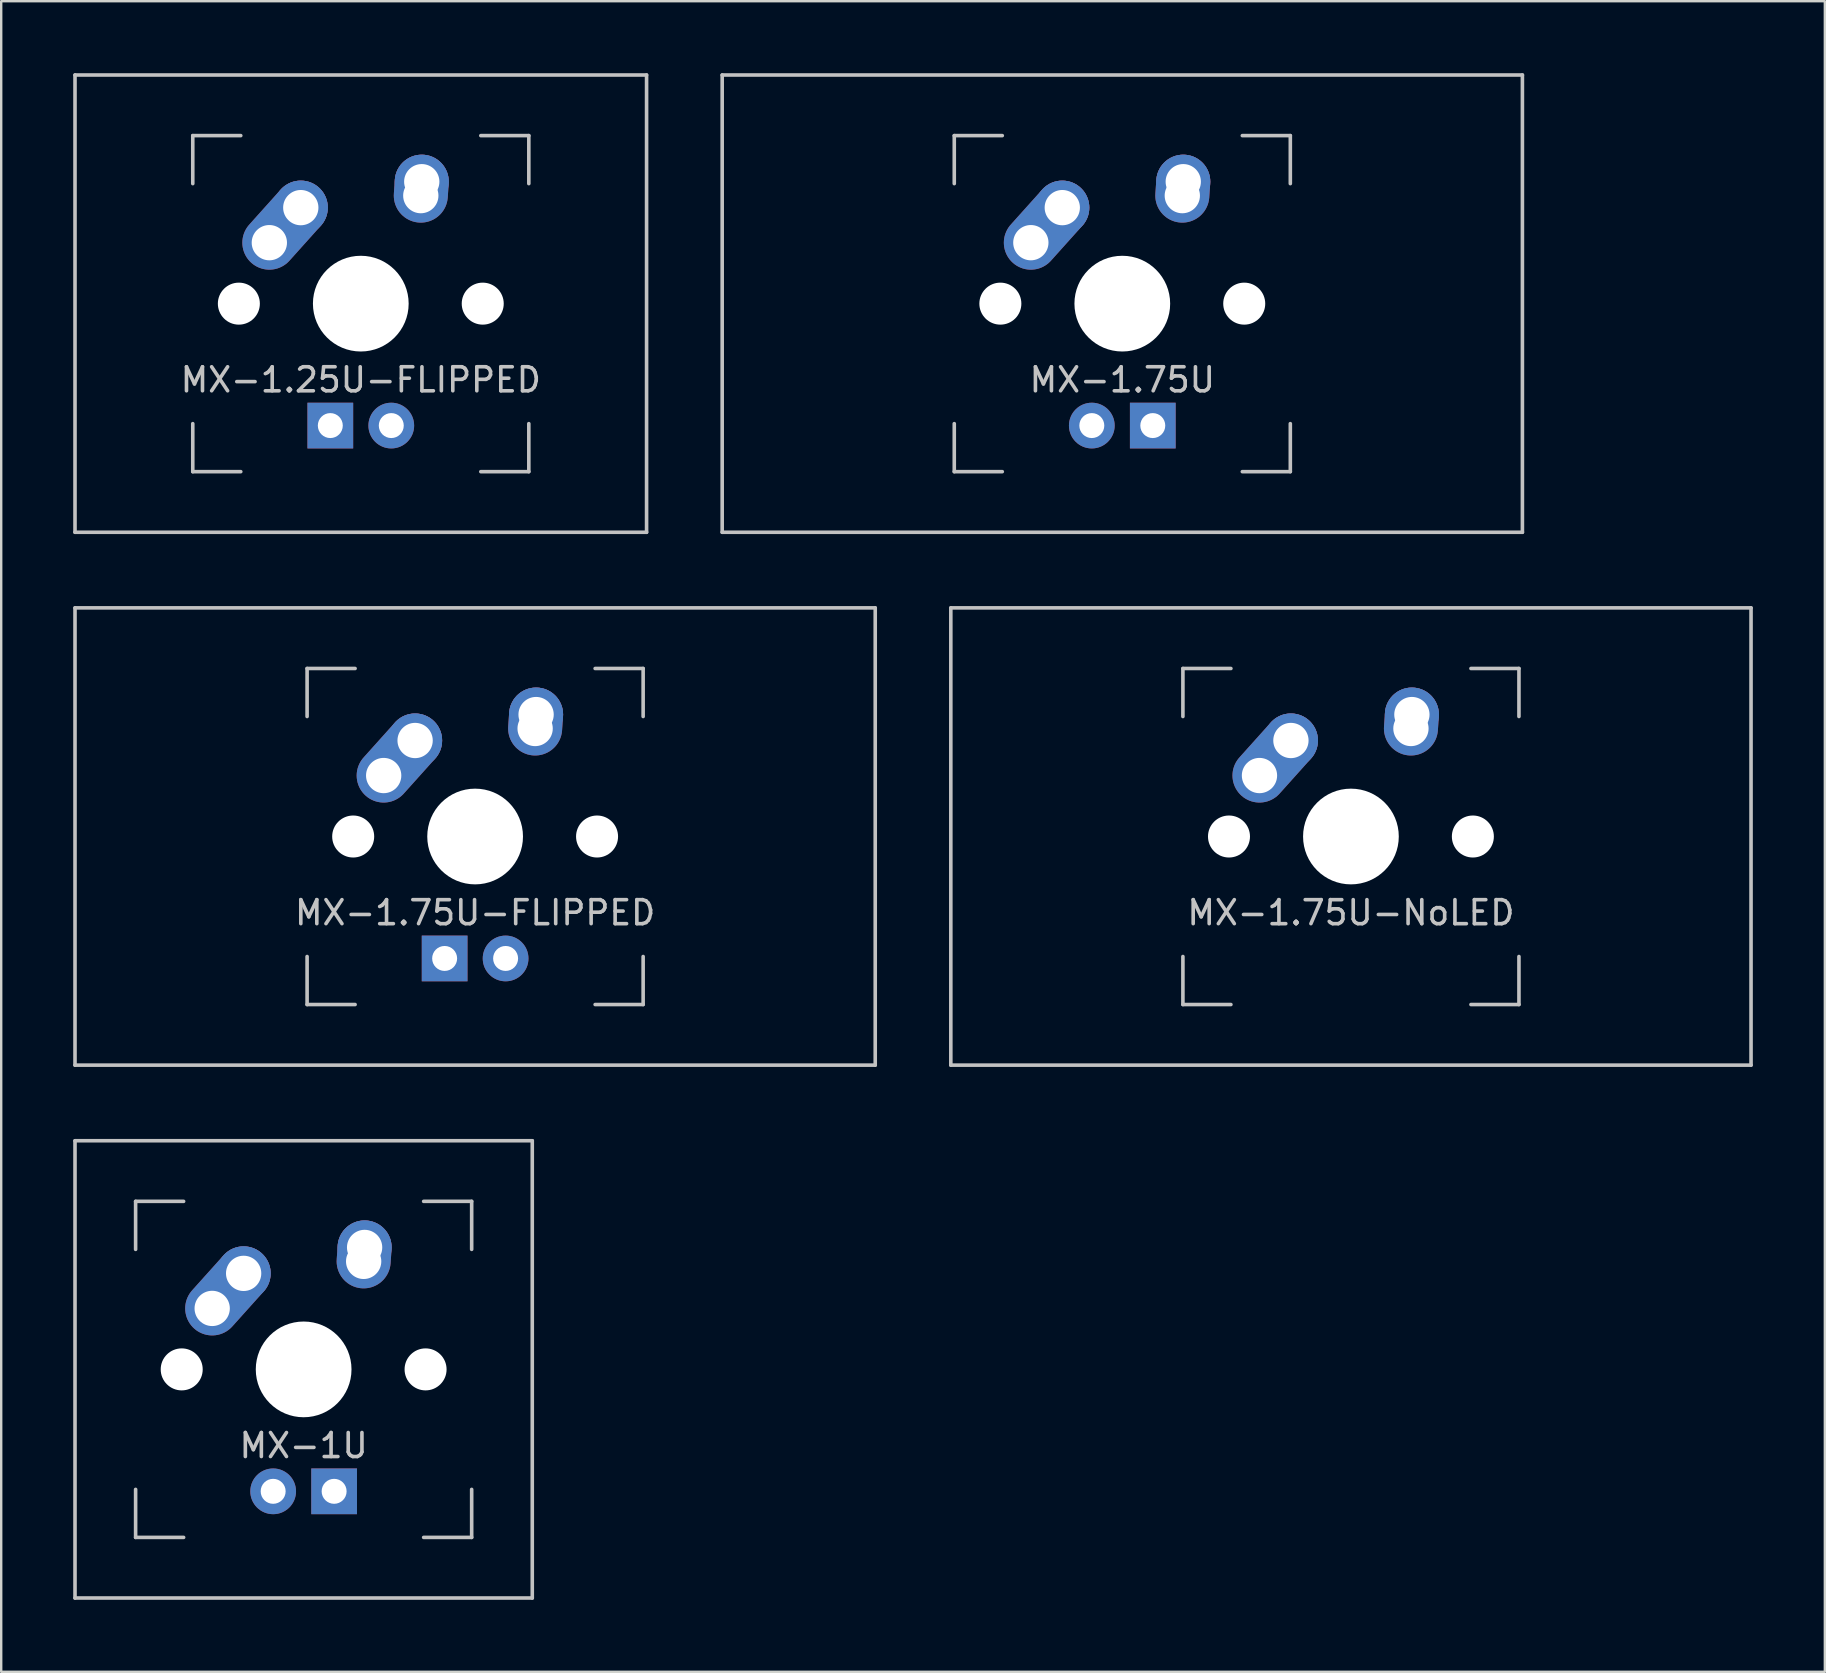
<source format=kicad_pcb>
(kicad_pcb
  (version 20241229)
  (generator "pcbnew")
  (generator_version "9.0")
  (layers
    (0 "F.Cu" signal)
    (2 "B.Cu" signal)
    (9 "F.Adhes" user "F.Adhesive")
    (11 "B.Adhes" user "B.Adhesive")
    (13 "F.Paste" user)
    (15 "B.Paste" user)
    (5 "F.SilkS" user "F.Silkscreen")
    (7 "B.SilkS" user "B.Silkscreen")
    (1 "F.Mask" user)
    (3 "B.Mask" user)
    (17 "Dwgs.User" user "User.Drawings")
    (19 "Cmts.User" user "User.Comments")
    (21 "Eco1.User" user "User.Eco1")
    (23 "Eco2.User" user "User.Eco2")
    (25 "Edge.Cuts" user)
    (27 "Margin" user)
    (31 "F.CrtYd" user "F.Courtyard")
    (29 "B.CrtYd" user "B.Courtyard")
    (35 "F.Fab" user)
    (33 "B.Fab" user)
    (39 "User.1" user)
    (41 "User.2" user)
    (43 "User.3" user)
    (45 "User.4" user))
  (footprint "MX-1U"
    (layer "F.Cu")
    (at 9.6 54)
    (property "Reference" "MX-1U" (at 0 3.175 0) (layer "Dwgs.User") (effects (font (size 1 1) (thickness 0.15))))
    (attr through_hole)
    (fp_line (start -9.525 -9.525) (end 9.525 -9.525) (stroke (width 0.15) (type solid)) (layer "Dwgs.User"))
    (fp_line (start -9.525 9.525) (end -9.525 -9.525) (stroke (width 0.15) (type solid)) (layer "Dwgs.User"))
    (fp_line (start -7 -7) (end -7 -5) (stroke (width 0.15) (type solid)) (layer "Dwgs.User"))
    (fp_line (start -7 5) (end -7 7) (stroke (width 0.15) (type solid)) (layer "Dwgs.User"))
    (fp_line (start -7 7) (end -5 7) (stroke (width 0.15) (type solid)) (layer "Dwgs.User"))
    (fp_line (start -5 -7) (end -7 -7) (stroke (width 0.15) (type solid)) (layer "Dwgs.User"))
    (fp_line (start 5 -7) (end 7 -7) (stroke (width 0.15) (type solid)) (layer "Dwgs.User"))
    (fp_line (start 5 7) (end 7 7) (stroke (width 0.15) (type solid)) (layer "Dwgs.User"))
    (fp_line (start 7 -7) (end 7 -5) (stroke (width 0.15) (type solid)) (layer "Dwgs.User"))
    (fp_line (start 7 7) (end 7 5) (stroke (width 0.15) (type solid)) (layer "Dwgs.User"))
    (fp_line (start 9.525 -9.525) (end 9.525 9.525) (stroke (width 0.15) (type solid)) (layer "Dwgs.User"))
    (fp_line (start 9.525 9.525) (end -9.525 9.525) (stroke (width 0.15) (type solid)) (layer "Dwgs.User"))
    (pad "" np_thru_hole circle (at -5.08 0 48.1) (size 1.75 1.75) (drill 1.75) (layers "*.Cu" "*.Mask"))
    (pad "" np_thru_hole circle (at 0 0) (size 3.988 3.988) (drill 3.988) (layers "*.Cu" "*.Mask"))
    (pad "" np_thru_hole circle (at 5.08 0 48.1) (size 1.75 1.75) (drill 1.75) (layers "*.Cu" "*.Mask"))
    (pad "1" thru_hole oval (at -3.81 -2.54 48.1) (size 4.212 2.25) (drill 1.47 (offset 0.981 0)) (layers "*.Cu" "B.Mask"))
    (pad "1" thru_hole circle (at -2.5 -4) (size 2.25 2.25) (drill 1.47) (layers "*.Cu" "B.Mask"))
    (pad "2" thru_hole oval (at 2.5 -4.5 86.055) (size 2.831 2.25) (drill 1.47 (offset 0.291 0)) (layers "*.Cu" "B.Mask"))
    (pad "2" thru_hole circle (at 2.54 -5.08) (size 2.25 2.25) (drill 1.47) (layers "*.Cu" "B.Mask"))
    (pad "3" thru_hole circle (at -1.27 5.08) (size 1.905 1.905) (drill 1.04) (layers "*.Cu" "B.Mask"))
    (pad "4" thru_hole rect (at 1.27 5.08) (size 1.905 1.905) (drill 1.04) (layers "*.Cu" "B.Mask")))
  (footprint "MX-1.75U-FLIPPED"
    (layer "F.Cu")
    (at 16.744 31.8)
    (property "Reference" "MX-1.75U-FLIPPED" (at 0 3.175 0) (layer "Dwgs.User") (effects (font (size 1 1) (thickness 0.15))))
    (attr through_hole)
    (fp_line (start -16.669 -9.525) (end 16.669 -9.525) (stroke (width 0.15) (type solid)) (layer "Dwgs.User"))
    (fp_line (start -16.669 9.525) (end -16.669 -9.525) (stroke (width 0.15) (type solid)) (layer "Dwgs.User"))
    (fp_line (start -7 -7) (end -7 -5) (stroke (width 0.15) (type solid)) (layer "Dwgs.User"))
    (fp_line (start -7 5) (end -7 7) (stroke (width 0.15) (type solid)) (layer "Dwgs.User"))
    (fp_line (start -7 7) (end -5 7) (stroke (width 0.15) (type solid)) (layer "Dwgs.User"))
    (fp_line (start -5 -7) (end -7 -7) (stroke (width 0.15) (type solid)) (layer "Dwgs.User"))
    (fp_line (start 5 -7) (end 7 -7) (stroke (width 0.15) (type solid)) (layer "Dwgs.User"))
    (fp_line (start 5 7) (end 7 7) (stroke (width 0.15) (type solid)) (layer "Dwgs.User"))
    (fp_line (start 7 -7) (end 7 -5) (stroke (width 0.15) (type solid)) (layer "Dwgs.User"))
    (fp_line (start 7 7) (end 7 5) (stroke (width 0.15) (type solid)) (layer "Dwgs.User"))
    (fp_line (start 16.669 -9.525) (end 16.669 9.525) (stroke (width 0.15) (type solid)) (layer "Dwgs.User"))
    (fp_line (start 16.669 9.525) (end -16.669 9.525) (stroke (width 0.15) (type solid)) (layer "Dwgs.User"))
    (pad "" np_thru_hole circle (at -5.08 0 48.1) (size 1.75 1.75) (drill 1.75) (layers "*.Cu" "*.Mask"))
    (pad "" np_thru_hole circle (at 0 0) (size 3.988 3.988) (drill 3.988) (layers "*.Cu" "*.Mask"))
    (pad "" np_thru_hole circle (at 5.08 0 48.1) (size 1.75 1.75) (drill 1.75) (layers "*.Cu" "*.Mask"))
    (pad "1" thru_hole oval (at -3.81 -2.54 48.1) (size 4.212 2.25) (drill 1.47 (offset 0.981 0)) (layers "*.Cu" "B.Mask"))
    (pad "1" thru_hole circle (at -2.5 -4) (size 2.25 2.25) (drill 1.47) (layers "*.Cu" "B.Mask"))
    (pad "2" thru_hole oval (at 2.5 -4.5 86.055) (size 2.831 2.25) (drill 1.47 (offset 0.291 0)) (layers "*.Cu" "B.Mask"))
    (pad "2" thru_hole circle (at 2.54 -5.08) (size 2.25 2.25) (drill 1.47) (layers "*.Cu" "B.Mask"))
    (pad "3" thru_hole circle (at 1.27 5.08) (size 1.905 1.905) (drill 1.04) (layers "*.Cu" "B.Mask"))
    (pad "4" thru_hole rect (at -1.27 5.08) (size 1.905 1.905) (drill 1.04) (layers "*.Cu" "B.Mask")))
  (footprint "MX-1.25U-FLIPPED"
    (layer "F.Cu")
    (at 11.981 9.6)
    (property "Reference" "MX-1.25U-FLIPPED" (at 0 3.175 0) (layer "Dwgs.User") (effects (font (size 1 1) (thickness 0.15))))
    (attr through_hole)
    (fp_line (start -11.906 -9.525) (end 11.906 -9.525) (stroke (width 0.15) (type solid)) (layer "Dwgs.User"))
    (fp_line (start -11.906 9.525) (end -11.906 -9.525) (stroke (width 0.15) (type solid)) (layer "Dwgs.User"))
    (fp_line (start -7 -7) (end -7 -5) (stroke (width 0.15) (type solid)) (layer "Dwgs.User"))
    (fp_line (start -7 5) (end -7 7) (stroke (width 0.15) (type solid)) (layer "Dwgs.User"))
    (fp_line (start -7 7) (end -5 7) (stroke (width 0.15) (type solid)) (layer "Dwgs.User"))
    (fp_line (start -5 -7) (end -7 -7) (stroke (width 0.15) (type solid)) (layer "Dwgs.User"))
    (fp_line (start 5 -7) (end 7 -7) (stroke (width 0.15) (type solid)) (layer "Dwgs.User"))
    (fp_line (start 5 7) (end 7 7) (stroke (width 0.15) (type solid)) (layer "Dwgs.User"))
    (fp_line (start 7 -7) (end 7 -5) (stroke (width 0.15) (type solid)) (layer "Dwgs.User"))
    (fp_line (start 7 7) (end 7 5) (stroke (width 0.15) (type solid)) (layer "Dwgs.User"))
    (fp_line (start 11.906 -9.525) (end 11.906 9.525) (stroke (width 0.15) (type solid)) (layer "Dwgs.User"))
    (fp_line (start 11.906 9.525) (end -11.906 9.525) (stroke (width 0.15) (type solid)) (layer "Dwgs.User"))
    (pad "" np_thru_hole circle (at -5.08 0 48.1) (size 1.75 1.75) (drill 1.75) (layers "*.Cu" "*.Mask"))
    (pad "" np_thru_hole circle (at 0 0) (size 3.988 3.988) (drill 3.988) (layers "*.Cu" "*.Mask"))
    (pad "" np_thru_hole circle (at 5.08 0 48.1) (size 1.75 1.75) (drill 1.75) (layers "*.Cu" "*.Mask"))
    (pad "1" thru_hole oval (at -3.81 -2.54 48.1) (size 4.212 2.25) (drill 1.47 (offset 0.981 0)) (layers "*.Cu" "B.Mask"))
    (pad "1" thru_hole circle (at -2.5 -4) (size 2.25 2.25) (drill 1.47) (layers "*.Cu" "B.Mask"))
    (pad "2" thru_hole oval (at 2.5 -4.5 86.055) (size 2.831 2.25) (drill 1.47 (offset 0.291 0)) (layers "*.Cu" "B.Mask"))
    (pad "2" thru_hole circle (at 2.54 -5.08) (size 2.25 2.25) (drill 1.47) (layers "*.Cu" "B.Mask"))
    (pad "3" thru_hole circle (at 1.27 5.08) (size 1.905 1.905) (drill 1.04) (layers "*.Cu" "B.Mask"))
    (pad "4" thru_hole rect (at -1.27 5.08) (size 1.905 1.905) (drill 1.04) (layers "*.Cu" "B.Mask")))
  (footprint "MX-1.75U-NoLED"
    (layer "F.Cu")
    (at 53.231 31.8)
    (property "Reference" "MX-1.75U-NoLED" (at 0 3.175 0) (layer "Dwgs.User") (effects (font (size 1 1) (thickness 0.15))))
    (attr through_hole)
    (fp_line (start -16.669 -9.525) (end 16.669 -9.525) (stroke (width 0.15) (type solid)) (layer "Dwgs.User"))
    (fp_line (start -16.669 9.525) (end -16.669 -9.525) (stroke (width 0.15) (type solid)) (layer "Dwgs.User"))
    (fp_line (start -7 -7) (end -7 -5) (stroke (width 0.15) (type solid)) (layer "Dwgs.User"))
    (fp_line (start -7 5) (end -7 7) (stroke (width 0.15) (type solid)) (layer "Dwgs.User"))
    (fp_line (start -7 7) (end -5 7) (stroke (width 0.15) (type solid)) (layer "Dwgs.User"))
    (fp_line (start -5 -7) (end -7 -7) (stroke (width 0.15) (type solid)) (layer "Dwgs.User"))
    (fp_line (start 5 -7) (end 7 -7) (stroke (width 0.15) (type solid)) (layer "Dwgs.User"))
    (fp_line (start 5 7) (end 7 7) (stroke (width 0.15) (type solid)) (layer "Dwgs.User"))
    (fp_line (start 7 -7) (end 7 -5) (stroke (width 0.15) (type solid)) (layer "Dwgs.User"))
    (fp_line (start 7 7) (end 7 5) (stroke (width 0.15) (type solid)) (layer "Dwgs.User"))
    (fp_line (start 16.669 -9.525) (end 16.669 9.525) (stroke (width 0.15) (type solid)) (layer "Dwgs.User"))
    (fp_line (start 16.669 9.525) (end -16.669 9.525) (stroke (width 0.15) (type solid)) (layer "Dwgs.User"))
    (pad "" np_thru_hole circle (at -5.08 0 48.1) (size 1.75 1.75) (drill 1.75) (layers "*.Cu" "*.Mask"))
    (pad "" np_thru_hole circle (at 0 0) (size 3.988 3.988) (drill 3.988) (layers "*.Cu" "*.Mask"))
    (pad "" np_thru_hole circle (at 5.08 0 48.1) (size 1.75 1.75) (drill 1.75) (layers "*.Cu" "*.Mask"))
    (pad "1" thru_hole oval (at -3.81 -2.54 48.1) (size 4.212 2.25) (drill 1.47 (offset 0.981 0)) (layers "*.Cu" "B.Mask"))
    (pad "1" thru_hole circle (at -2.5 -4) (size 2.25 2.25) (drill 1.47) (layers "*.Cu" "B.Mask"))
    (pad "2" thru_hole oval (at 2.5 -4.5 86.055) (size 2.831 2.25) (drill 1.47 (offset 0.291 0)) (layers "*.Cu" "B.Mask"))
    (pad "2" thru_hole circle (at 2.54 -5.08) (size 2.25 2.25) (drill 1.47) (layers "*.Cu" "B.Mask")))
  (footprint "MX-1.75U"
    (layer "F.Cu")
    (at 43.706 9.6)
    (property "Reference" "MX-1.75U" (at 0 3.175 0) (layer "Dwgs.User") (effects (font (size 1 1) (thickness 0.15))))
    (attr through_hole)
    (fp_line (start -16.669 -9.525) (end 16.669 -9.525) (stroke (width 0.15) (type solid)) (layer "Dwgs.User"))
    (fp_line (start -16.669 9.525) (end -16.669 -9.525) (stroke (width 0.15) (type solid)) (layer "Dwgs.User"))
    (fp_line (start -7 -7) (end -7 -5) (stroke (width 0.15) (type solid)) (layer "Dwgs.User"))
    (fp_line (start -7 5) (end -7 7) (stroke (width 0.15) (type solid)) (layer "Dwgs.User"))
    (fp_line (start -7 7) (end -5 7) (stroke (width 0.15) (type solid)) (layer "Dwgs.User"))
    (fp_line (start -5 -7) (end -7 -7) (stroke (width 0.15) (type solid)) (layer "Dwgs.User"))
    (fp_line (start 5 -7) (end 7 -7) (stroke (width 0.15) (type solid)) (layer "Dwgs.User"))
    (fp_line (start 5 7) (end 7 7) (stroke (width 0.15) (type solid)) (layer "Dwgs.User"))
    (fp_line (start 7 -7) (end 7 -5) (stroke (width 0.15) (type solid)) (layer "Dwgs.User"))
    (fp_line (start 7 7) (end 7 5) (stroke (width 0.15) (type solid)) (layer "Dwgs.User"))
    (fp_line (start 16.669 -9.525) (end 16.669 9.525) (stroke (width 0.15) (type solid)) (layer "Dwgs.User"))
    (fp_line (start 16.669 9.525) (end -16.669 9.525) (stroke (width 0.15) (type solid)) (layer "Dwgs.User"))
    (pad "" np_thru_hole circle (at -5.08 0 48.1) (size 1.75 1.75) (drill 1.75) (layers "*.Cu" "*.Mask"))
    (pad "" np_thru_hole circle (at 0 0) (size 3.988 3.988) (drill 3.988) (layers "*.Cu" "*.Mask"))
    (pad "" np_thru_hole circle (at 5.08 0 48.1) (size 1.75 1.75) (drill 1.75) (layers "*.Cu" "*.Mask"))
    (pad "1" thru_hole oval (at -3.81 -2.54 48.1) (size 4.212 2.25) (drill 1.47 (offset 0.981 0)) (layers "*.Cu" "B.Mask"))
    (pad "1" thru_hole circle (at -2.5 -4) (size 2.25 2.25) (drill 1.47) (layers "*.Cu" "B.Mask"))
    (pad "2" thru_hole oval (at 2.5 -4.5 86.055) (size 2.831 2.25) (drill 1.47 (offset 0.291 0)) (layers "*.Cu" "B.Mask"))
    (pad "2" thru_hole circle (at 2.54 -5.08) (size 2.25 2.25) (drill 1.47) (layers "*.Cu" "B.Mask"))
    (pad "3" thru_hole circle (at -1.27 5.08) (size 1.905 1.905) (drill 1.04) (layers "*.Cu" "B.Mask"))
    (pad "4" thru_hole rect (at 1.27 5.08) (size 1.905 1.905) (drill 1.04) (layers "*.Cu" "B.Mask")))
  (gr_rect
    (start -3 -3)
    (end 72.975 66.6)
    (stroke (width 0.1) (type default))
    (fill no)
    (layer "Edge.Cuts")))
</source>
